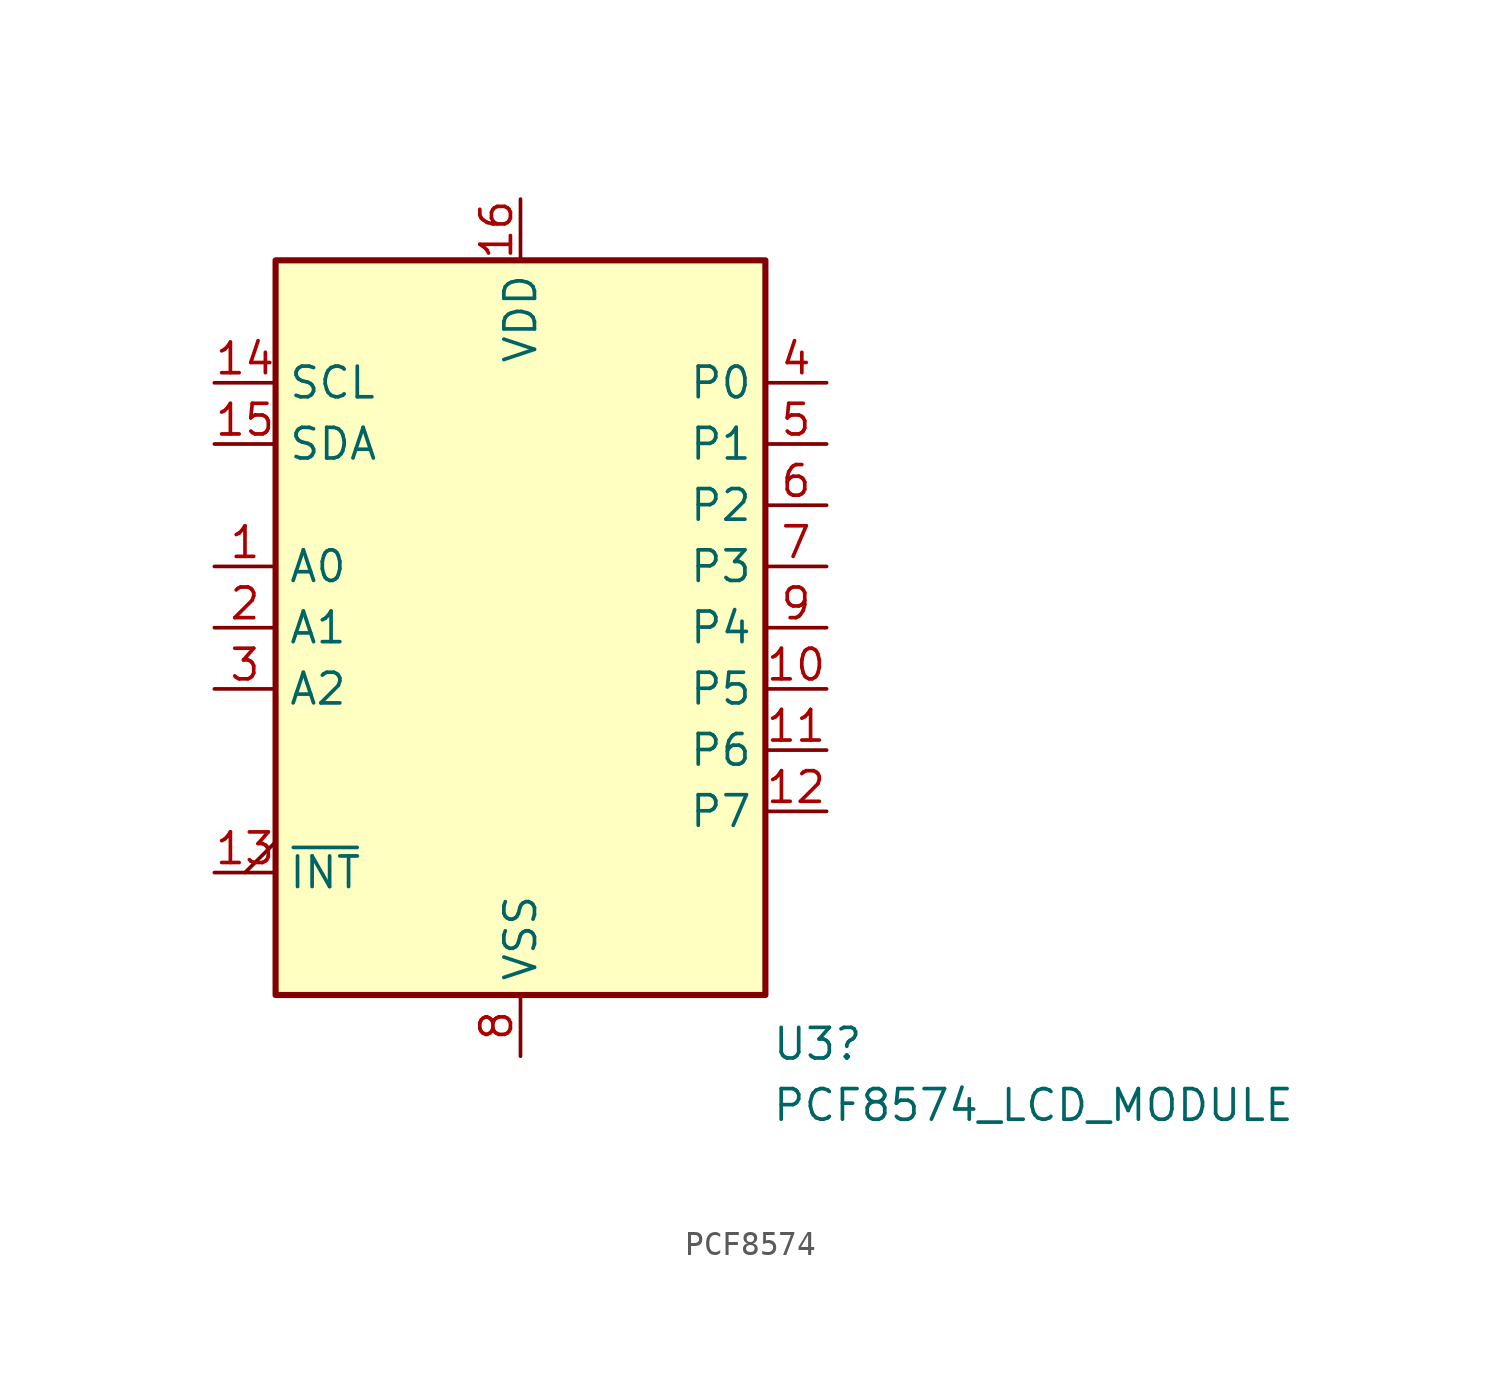
<source format=kicad_sym>
(kicad_symbol_lib
  (version 20231120)
  (generator "kicad_symbol_editor")
  (generator_version "8.0")
  (symbol "PCF8574"
    (property "Reference" "U3"
      (at 10.414 -17.272 0)
      (effects (font (size 1.27 1.27)) (justify left)))
    (property "Value" "PCF8574_LCD_MODULE"
      (at 10.414 -19.812 0)
      (effects (font (size 1.27 1.27)) (justify left)))
    (symbol "PCF8574_0_1"
      (rectangle (start -10.16 15.24) (end 10.16 -15.24) (stroke (width 0.254) (type default)) (fill (type background))))
    (symbol "PCF8574_1_1"
      (pin input line (at -12.7 2.54 0) (length 2.54) (name "A0" (effects (font (size 1.27 1.27)))) (number "1" (effects (font (size 1.27 1.27)))))
      (pin bidirectional line (at 12.7 -2.54 180) (length 2.54) (name "P5" (effects (font (size 1.27 1.27)))) (number "10" (effects (font (size 1.27 1.27)))))
      (pin bidirectional line (at 12.7 -5.08 180) (length 2.54) (name "P6" (effects (font (size 1.27 1.27)))) (number "11" (effects (font (size 1.27 1.27)))))
      (pin bidirectional line (at 12.7 -7.62 180) (length 2.54) (name "P7" (effects (font (size 1.27 1.27)))) (number "12" (effects (font (size 1.27 1.27)))))
      (pin open_collector output_low (at -12.7 -10.16 0) (length 2.54) (name "~{INT}" (effects (font (size 1.27 1.27)))) (number "13" (effects (font (size 1.27 1.27)))))
      (pin input line (at -12.7 10.16 0) (length 2.54) (name "SCL" (effects (font (size 1.27 1.27)))) (number "14" (effects (font (size 1.27 1.27)))))
      (pin bidirectional line (at -12.7 7.62 0) (length 2.54) (name "SDA" (effects (font (size 1.27 1.27)))) (number "15" (effects (font (size 1.27 1.27)))))
      (pin power_in line (at 0 17.78 270) (length 2.54) (name "VDD" (effects (font (size 1.27 1.27)))) (number "16" (effects (font (size 1.27 1.27)))))
      (pin input line (at -12.7 0 0) (length 2.54) (name "A1" (effects (font (size 1.27 1.27)))) (number "2" (effects (font (size 1.27 1.27)))))
      (pin input line (at -12.7 -2.54 0) (length 2.54) (name "A2" (effects (font (size 1.27 1.27)))) (number "3" (effects (font (size 1.27 1.27)))))
      (pin bidirectional line (at 12.7 10.16 180) (length 2.54) (name "P0" (effects (font (size 1.27 1.27)))) (number "4" (effects (font (size 1.27 1.27)))))
      (pin bidirectional line (at 12.7 7.62 180) (length 2.54) (name "P1" (effects (font (size 1.27 1.27)))) (number "5" (effects (font (size 1.27 1.27)))))
      (pin bidirectional line (at 12.7 5.08 180) (length 2.54) (name "P2" (effects (font (size 1.27 1.27)))) (number "6" (effects (font (size 1.27 1.27)))))
      (pin bidirectional line (at 12.7 2.54 180) (length 2.54) (name "P3" (effects (font (size 1.27 1.27)))) (number "7" (effects (font (size 1.27 1.27)))))
      (pin power_in line (at 0 -17.78 90) (length 2.54) (name "VSS" (effects (font (size 1.27 1.27)))) (number "8" (effects (font (size 1.27 1.27)))))
      (pin bidirectional line (at 12.7 0 180) (length 2.54) (name "P4" (effects (font (size 1.27 1.27)))) (number "9" (effects (font (size 1.27 1.27))))))))
</source>
